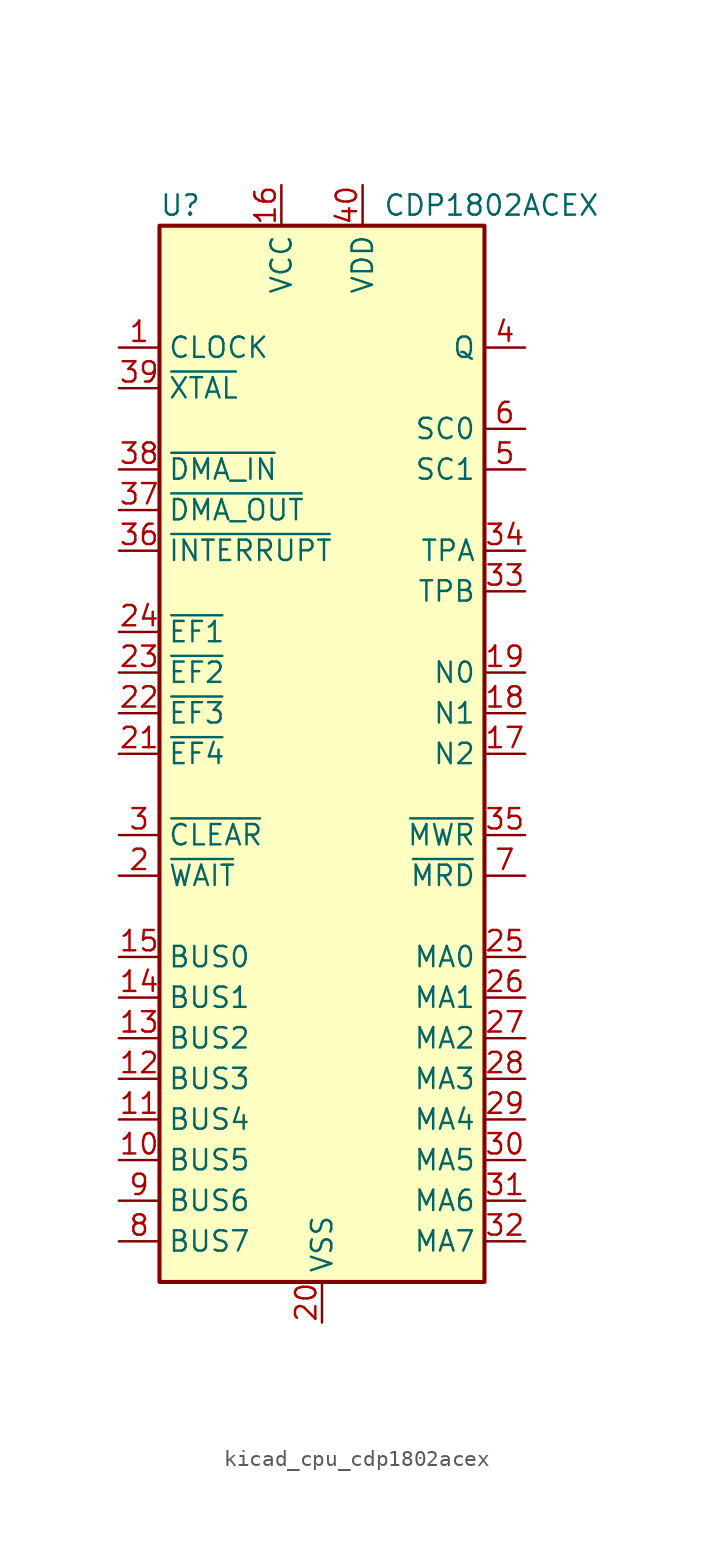
<source format=kicad_sym>
(kicad_symbol_lib
  (version 20220914)
  (generator kicad_symbol_editor)
  (symbol "kicad_cpu_cdp1802acex"
    (property "Reference" "U"
      (at -10.16 34.29 0)
      (effects (font (size 1.27 1.27)) (justify left)))
    (property "Value" "CDP1802ACEX"
      (at 3.81 34.29 0)
      (effects (font (size 1.27 1.27)) (justify left)))
    (symbol "kicad_cpu_cdp1802acex_0_1"
      (rectangle (start -10.16 33.02) (end 10.16 -33.02) (stroke (width 0.254) (type default)) (fill (type background))))
    (symbol "kicad_cpu_cdp1802acex_1_1"
      (pin input line (at -12.7 25.4 0) (length 2.54) (name "CLOCK" (effects (font (size 1.27 1.27)))) (number "1" (effects (font (size 1.27 1.27)))))
      (pin bidirectional line (at -12.7 -25.4 0) (length 2.54) (name "BUS5" (effects (font (size 1.27 1.27)))) (number "10" (effects (font (size 1.27 1.27)))))
      (pin bidirectional line (at -12.7 -22.86 0) (length 2.54) (name "BUS4" (effects (font (size 1.27 1.27)))) (number "11" (effects (font (size 1.27 1.27)))))
      (pin bidirectional line (at -12.7 -20.32 0) (length 2.54) (name "BUS3" (effects (font (size 1.27 1.27)))) (number "12" (effects (font (size 1.27 1.27)))))
      (pin bidirectional line (at -12.7 -17.78 0) (length 2.54) (name "BUS2" (effects (font (size 1.27 1.27)))) (number "13" (effects (font (size 1.27 1.27)))))
      (pin bidirectional line (at -12.7 -15.24 0) (length 2.54) (name "BUS1" (effects (font (size 1.27 1.27)))) (number "14" (effects (font (size 1.27 1.27)))))
      (pin bidirectional line (at -12.7 -12.7 0) (length 2.54) (name "BUS0" (effects (font (size 1.27 1.27)))) (number "15" (effects (font (size 1.27 1.27)))))
      (pin power_in line (at -2.54 35.56 270) (length 2.54) (name "VCC" (effects (font (size 1.27 1.27)))) (number "16" (effects (font (size 1.27 1.27)))))
      (pin output line (at 12.7 0 180) (length 2.54) (name "N2" (effects (font (size 1.27 1.27)))) (number "17" (effects (font (size 1.27 1.27)))))
      (pin output line (at 12.7 2.54 180) (length 2.54) (name "N1" (effects (font (size 1.27 1.27)))) (number "18" (effects (font (size 1.27 1.27)))))
      (pin output line (at 12.7 5.08 180) (length 2.54) (name "N0" (effects (font (size 1.27 1.27)))) (number "19" (effects (font (size 1.27 1.27)))))
      (pin input line (at -12.7 -7.62 0) (length 2.54) (name "~{WAIT}" (effects (font (size 1.27 1.27)))) (number "2" (effects (font (size 1.27 1.27)))))
      (pin power_in line (at 0 -35.56 90) (length 2.54) (name "VSS" (effects (font (size 1.27 1.27)))) (number "20" (effects (font (size 1.27 1.27)))))
      (pin input line (at -12.7 0 0) (length 2.54) (name "~{EF4}" (effects (font (size 1.27 1.27)))) (number "21" (effects (font (size 1.27 1.27)))))
      (pin input line (at -12.7 2.54 0) (length 2.54) (name "~{EF3}" (effects (font (size 1.27 1.27)))) (number "22" (effects (font (size 1.27 1.27)))))
      (pin input line (at -12.7 5.08 0) (length 2.54) (name "~{EF2}" (effects (font (size 1.27 1.27)))) (number "23" (effects (font (size 1.27 1.27)))))
      (pin input line (at -12.7 7.62 0) (length 2.54) (name "~{EF1}" (effects (font (size 1.27 1.27)))) (number "24" (effects (font (size 1.27 1.27)))))
      (pin output line (at 12.7 -12.7 180) (length 2.54) (name "MA0" (effects (font (size 1.27 1.27)))) (number "25" (effects (font (size 1.27 1.27)))))
      (pin output line (at 12.7 -15.24 180) (length 2.54) (name "MA1" (effects (font (size 1.27 1.27)))) (number "26" (effects (font (size 1.27 1.27)))))
      (pin output line (at 12.7 -17.78 180) (length 2.54) (name "MA2" (effects (font (size 1.27 1.27)))) (number "27" (effects (font (size 1.27 1.27)))))
      (pin output line (at 12.7 -20.32 180) (length 2.54) (name "MA3" (effects (font (size 1.27 1.27)))) (number "28" (effects (font (size 1.27 1.27)))))
      (pin output line (at 12.7 -22.86 180) (length 2.54) (name "MA4" (effects (font (size 1.27 1.27)))) (number "29" (effects (font (size 1.27 1.27)))))
      (pin input line (at -12.7 -5.08 0) (length 2.54) (name "~{CLEAR}" (effects (font (size 1.27 1.27)))) (number "3" (effects (font (size 1.27 1.27)))))
      (pin output line (at 12.7 -25.4 180) (length 2.54) (name "MA5" (effects (font (size 1.27 1.27)))) (number "30" (effects (font (size 1.27 1.27)))))
      (pin output line (at 12.7 -27.94 180) (length 2.54) (name "MA6" (effects (font (size 1.27 1.27)))) (number "31" (effects (font (size 1.27 1.27)))))
      (pin output line (at 12.7 -30.48 180) (length 2.54) (name "MA7" (effects (font (size 1.27 1.27)))) (number "32" (effects (font (size 1.27 1.27)))))
      (pin output line (at 12.7 10.16 180) (length 2.54) (name "TPB" (effects (font (size 1.27 1.27)))) (number "33" (effects (font (size 1.27 1.27)))))
      (pin output line (at 12.7 12.7 180) (length 2.54) (name "TPA" (effects (font (size 1.27 1.27)))) (number "34" (effects (font (size 1.27 1.27)))))
      (pin output line (at 12.7 -5.08 180) (length 2.54) (name "~{MWR}" (effects (font (size 1.27 1.27)))) (number "35" (effects (font (size 1.27 1.27)))))
      (pin input line (at -12.7 12.7 0) (length 2.54) (name "~{INTERRUPT}" (effects (font (size 1.27 1.27)))) (number "36" (effects (font (size 1.27 1.27)))))
      (pin input line (at -12.7 15.24 0) (length 2.54) (name "~{DMA_OUT}" (effects (font (size 1.27 1.27)))) (number "37" (effects (font (size 1.27 1.27)))))
      (pin input line (at -12.7 17.78 0) (length 2.54) (name "~{DMA_IN}" (effects (font (size 1.27 1.27)))) (number "38" (effects (font (size 1.27 1.27)))))
      (pin output line (at -12.7 22.86 0) (length 2.54) (name "~{XTAL}" (effects (font (size 1.27 1.27)))) (number "39" (effects (font (size 1.27 1.27)))))
      (pin output line (at 12.7 25.4 180) (length 2.54) (name "Q" (effects (font (size 1.27 1.27)))) (number "4" (effects (font (size 1.27 1.27)))))
      (pin power_in line (at 2.54 35.56 270) (length 2.54) (name "VDD" (effects (font (size 1.27 1.27)))) (number "40" (effects (font (size 1.27 1.27)))))
      (pin output line (at 12.7 17.78 180) (length 2.54) (name "SC1" (effects (font (size 1.27 1.27)))) (number "5" (effects (font (size 1.27 1.27)))))
      (pin output line (at 12.7 20.32 180) (length 2.54) (name "SC0" (effects (font (size 1.27 1.27)))) (number "6" (effects (font (size 1.27 1.27)))))
      (pin output line (at 12.7 -7.62 180) (length 2.54) (name "~{MRD}" (effects (font (size 1.27 1.27)))) (number "7" (effects (font (size 1.27 1.27)))))
      (pin bidirectional line (at -12.7 -30.48 0) (length 2.54) (name "BUS7" (effects (font (size 1.27 1.27)))) (number "8" (effects (font (size 1.27 1.27)))))
      (pin bidirectional line (at -12.7 -27.94 0) (length 2.54) (name "BUS6" (effects (font (size 1.27 1.27)))) (number "9" (effects (font (size 1.27 1.27))))))))
</source>
